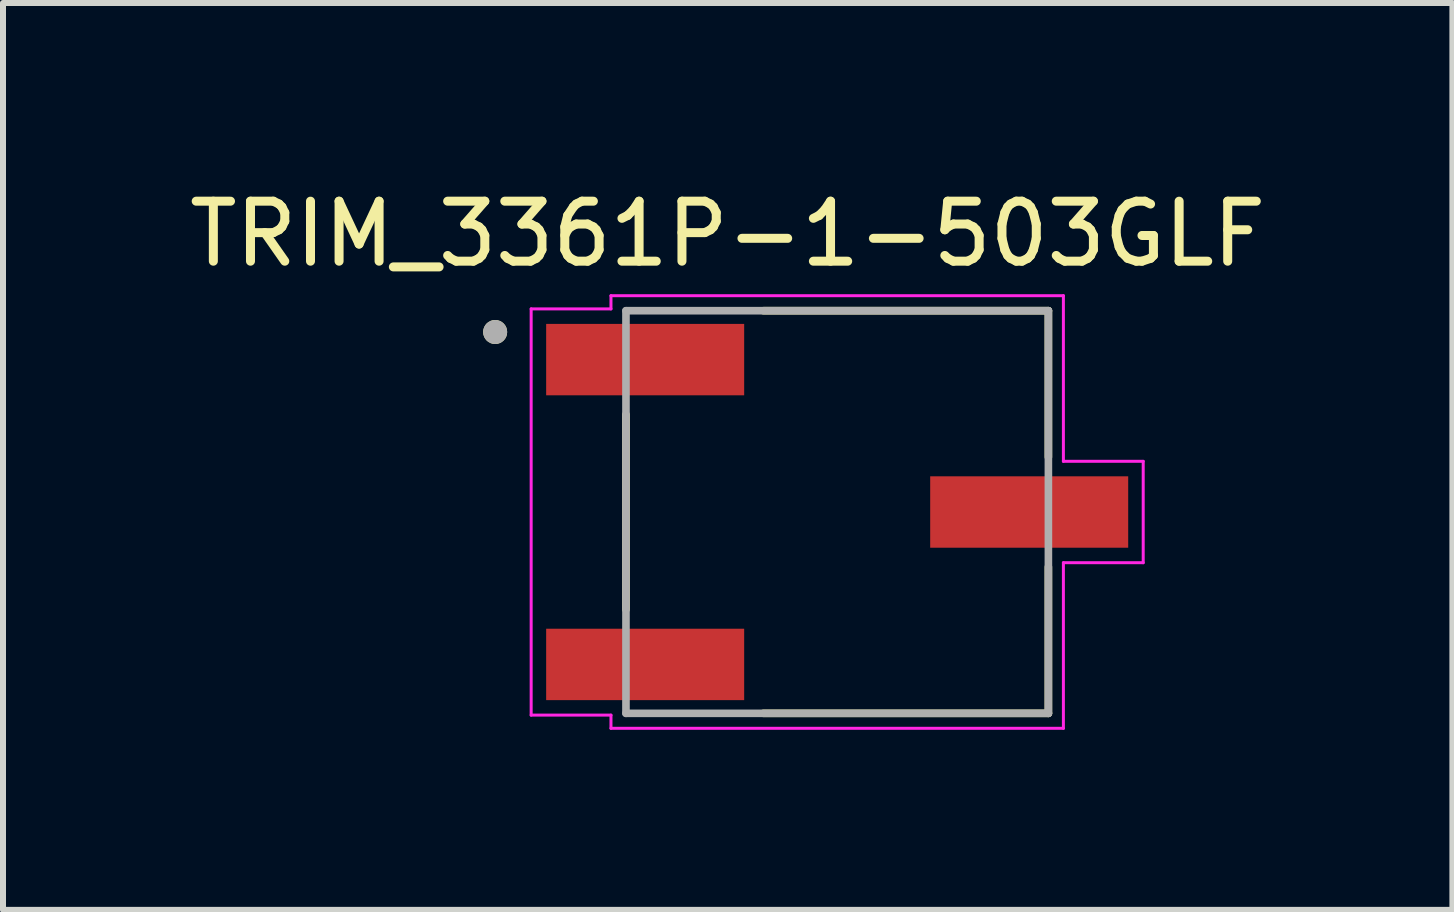
<source format=kicad_pcb>
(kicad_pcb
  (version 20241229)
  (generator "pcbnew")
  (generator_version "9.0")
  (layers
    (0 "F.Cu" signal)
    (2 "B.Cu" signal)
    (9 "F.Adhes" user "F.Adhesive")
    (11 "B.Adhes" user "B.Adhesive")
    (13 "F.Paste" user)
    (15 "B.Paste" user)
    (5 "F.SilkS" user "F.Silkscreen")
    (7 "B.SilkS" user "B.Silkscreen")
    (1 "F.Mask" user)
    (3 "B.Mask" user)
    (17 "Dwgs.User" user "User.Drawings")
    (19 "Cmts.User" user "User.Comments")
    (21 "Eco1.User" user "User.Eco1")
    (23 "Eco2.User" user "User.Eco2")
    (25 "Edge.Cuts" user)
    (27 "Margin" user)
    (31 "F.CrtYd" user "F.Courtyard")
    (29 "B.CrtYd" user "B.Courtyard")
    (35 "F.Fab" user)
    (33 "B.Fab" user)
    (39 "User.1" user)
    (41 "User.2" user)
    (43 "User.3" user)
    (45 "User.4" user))
  (footprint "TRIM_3361P-1-503GLF"
    (layer "F.Cu")
    (at 10.902 5.483)
    (property "Reference" "TRIM_3361P-1-503GLF" (at -1.825 -4.635 0) (layer "F.SilkS") (effects (font (size 1 1) (thickness 0.15))))
    (attr smd)
    (fp_line (start -3.52 -1.625) (end -3.52 1.625) (stroke (width 0.127) (type solid)) (layer "F.SilkS"))
    (fp_line (start 3.52 -3.355) (end -1.23 -3.355) (stroke (width 0.127) (type solid)) (layer "F.SilkS"))
    (fp_line (start 3.52 -0.915) (end 3.52 -3.355) (stroke (width 0.127) (type solid)) (layer "F.SilkS"))
    (fp_line (start 3.52 0.915) (end 3.52 3.355) (stroke (width 0.127) (type solid)) (layer "F.SilkS"))
    (fp_line (start 3.52 3.355) (end -1.23 3.355) (stroke (width 0.127) (type solid)) (layer "F.SilkS"))
    (fp_circle (center -5.7 -3) (end -5.6 -3) (stroke (width 0.2) (type solid)) (fill no) (layer "F.SilkS"))
    (fp_line (start -5.1 -3.385) (end -3.77 -3.385) (stroke (width 0.05) (type solid)) (layer "F.CrtYd"))
    (fp_line (start -5.1 3.385) (end -5.1 -3.385) (stroke (width 0.05) (type solid)) (layer "F.CrtYd"))
    (fp_line (start -3.77 -3.605) (end 3.77 -3.605) (stroke (width 0.05) (type solid)) (layer "F.CrtYd"))
    (fp_line (start -3.77 -3.385) (end -3.77 -3.605) (stroke (width 0.05) (type solid)) (layer "F.CrtYd"))
    (fp_line (start -3.77 3.385) (end -5.1 3.385) (stroke (width 0.05) (type solid)) (layer "F.CrtYd"))
    (fp_line (start -3.77 3.605) (end -3.77 3.385) (stroke (width 0.05) (type solid)) (layer "F.CrtYd"))
    (fp_line (start 3.77 -3.605) (end 3.77 -0.845) (stroke (width 0.05) (type solid)) (layer "F.CrtYd"))
    (fp_line (start 3.77 -0.845) (end 5.1 -0.845) (stroke (width 0.05) (type solid)) (layer "F.CrtYd"))
    (fp_line (start 3.77 0.845) (end 3.77 3.605) (stroke (width 0.05) (type solid)) (layer "F.CrtYd"))
    (fp_line (start 3.77 3.605) (end -3.77 3.605) (stroke (width 0.05) (type solid)) (layer "F.CrtYd"))
    (fp_line (start 5.1 -0.845) (end 5.1 0.845) (stroke (width 0.05) (type solid)) (layer "F.CrtYd"))
    (fp_line (start 5.1 0.845) (end 3.77 0.845) (stroke (width 0.05) (type solid)) (layer "F.CrtYd"))
    (fp_line (start -3.52 -3.355) (end -3.52 3.355) (stroke (width 0.127) (type solid)) (layer "F.Fab"))
    (fp_line (start -3.52 3.355) (end 3.52 3.355) (stroke (width 0.127) (type solid)) (layer "F.Fab"))
    (fp_line (start 3.52 -3.355) (end -3.52 -3.355) (stroke (width 0.127) (type solid)) (layer "F.Fab"))
    (fp_line (start 3.52 3.355) (end 3.52 -3.355) (stroke (width 0.127) (type solid)) (layer "F.Fab"))
    (fp_circle (center -5.7 -3) (end -5.6 -3) (stroke (width 0.2) (type solid)) (fill no) (layer "F.Fab"))
    (pad "1" smd rect (at -3.2 -2.54) (size 3.3 1.19) (layers "F.Cu" "F.Mask" "F.Paste"))
    (pad "2" smd rect (at 3.2 0) (size 3.3 1.19) (layers "F.Cu" "F.Mask" "F.Paste"))
    (pad "3" smd rect (at -3.2 2.54) (size 3.3 1.19) (layers "F.Cu" "F.Mask" "F.Paste")))
  (gr_rect
    (start -3 -3)
    (end 21.155 12.113)
    (stroke (width 0.1) (type default))
    (fill no)
    (layer "Edge.Cuts")))
</source>
